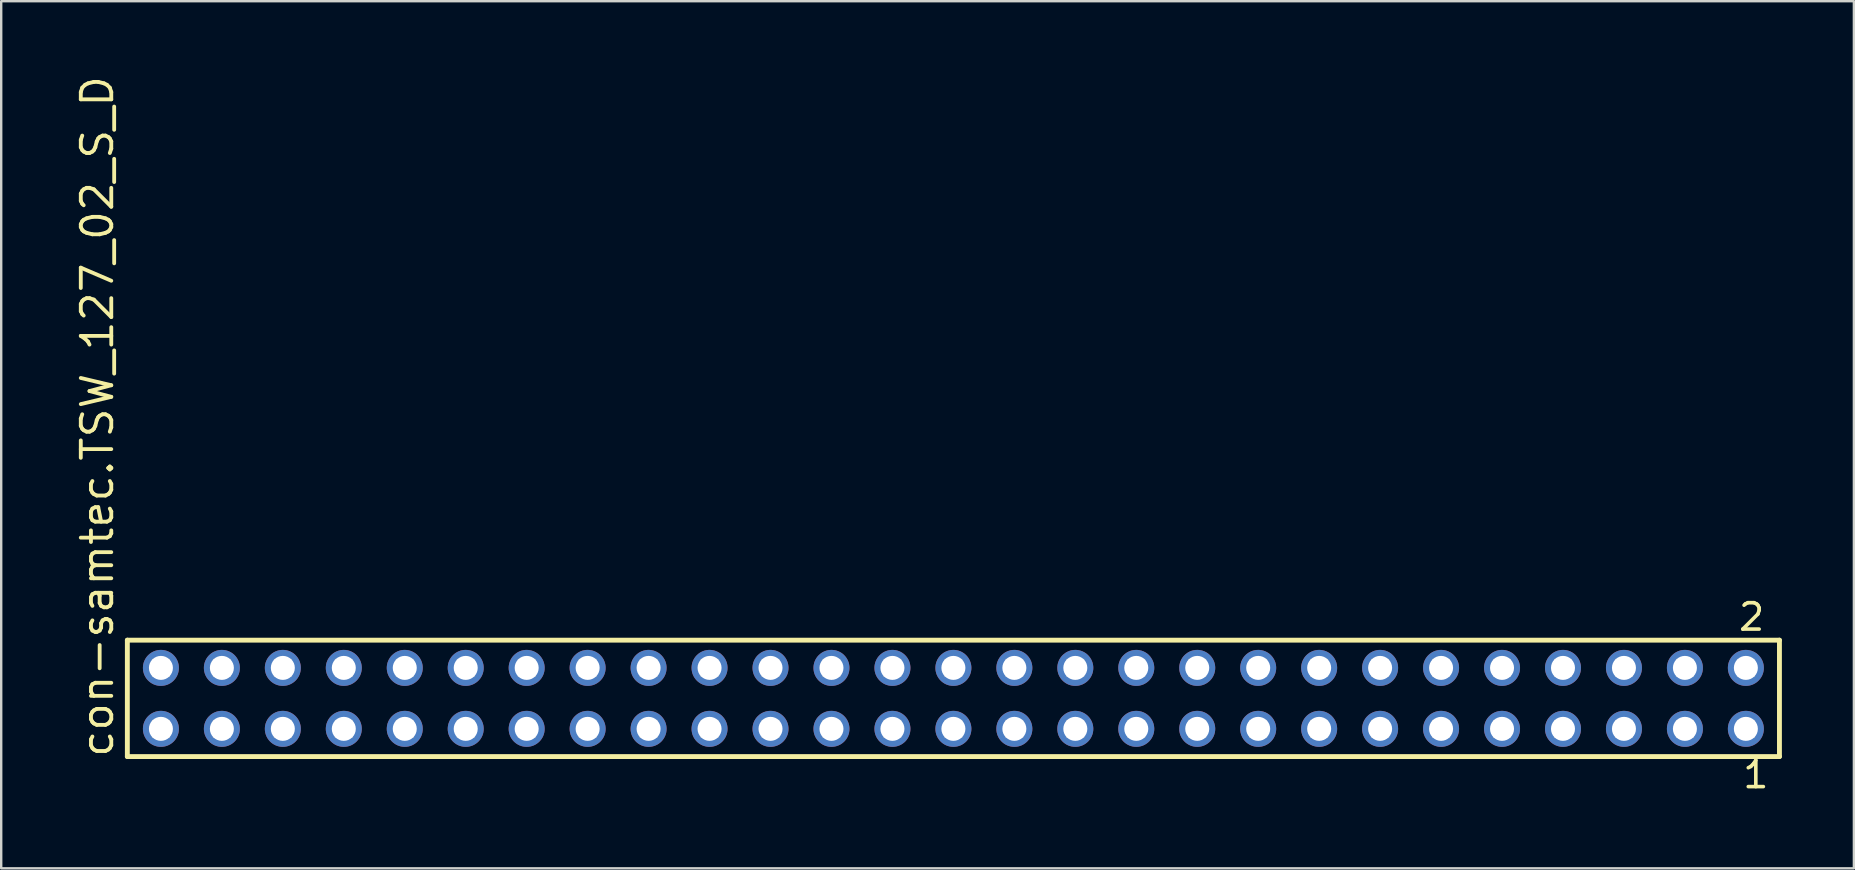
<source format=kicad_pcb>
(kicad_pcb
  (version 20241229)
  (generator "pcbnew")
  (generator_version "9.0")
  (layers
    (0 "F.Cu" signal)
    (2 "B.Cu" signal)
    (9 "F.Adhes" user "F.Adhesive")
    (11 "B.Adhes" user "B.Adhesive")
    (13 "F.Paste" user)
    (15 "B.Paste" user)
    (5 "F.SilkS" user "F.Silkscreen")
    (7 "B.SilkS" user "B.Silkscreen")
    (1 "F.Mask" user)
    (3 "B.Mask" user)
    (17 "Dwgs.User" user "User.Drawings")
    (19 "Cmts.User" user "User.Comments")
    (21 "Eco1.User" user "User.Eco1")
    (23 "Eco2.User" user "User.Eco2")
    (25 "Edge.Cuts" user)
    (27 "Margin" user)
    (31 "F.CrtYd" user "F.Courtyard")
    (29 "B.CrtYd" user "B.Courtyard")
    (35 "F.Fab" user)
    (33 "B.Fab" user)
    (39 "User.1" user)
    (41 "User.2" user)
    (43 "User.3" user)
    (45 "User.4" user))
  (footprint "con-samtec.TSW_127_02_S_D"
    (layer "F.Cu")
    (at 36.675 26.049)
    (property "Reference" "con-samtec.TSW_127_02_S_D" (at -34.925 2.54 90) (layer "F.SilkS") (effects (font (size 1.27 1.27) (thickness 0.16)) (justify left bottom)))
    (attr through_hole)
    (fp_line (start -34.419 -2.425) (end 34.419 -2.425) (stroke (width 0.203) (type default)) (layer "F.SilkS"))
    (fp_line (start -34.419 2.425) (end -34.419 -2.425) (stroke (width 0.203) (type default)) (layer "F.SilkS"))
    (fp_line (start 34.419 -2.425) (end 34.419 2.425) (stroke (width 0.203) (type default)) (layer "F.SilkS"))
    (fp_line (start 34.419 2.425) (end -34.419 2.425) (stroke (width 0.203) (type default)) (layer "F.SilkS"))
    (fp_rect (start -33.37 -0.92) (end -32.67 -1.62) (stroke (width 0.05) (type default)) (fill no) (layer "F.Fab"))
    (fp_rect (start -33.37 1.62) (end -32.67 0.92) (stroke (width 0.05) (type default)) (fill no) (layer "F.Fab"))
    (fp_rect (start -30.83 -0.92) (end -30.13 -1.62) (stroke (width 0.05) (type default)) (fill no) (layer "F.Fab"))
    (fp_rect (start -30.83 1.62) (end -30.13 0.92) (stroke (width 0.05) (type default)) (fill no) (layer "F.Fab"))
    (fp_rect (start -28.29 -0.92) (end -27.59 -1.62) (stroke (width 0.05) (type default)) (fill no) (layer "F.Fab"))
    (fp_rect (start -28.29 1.62) (end -27.59 0.92) (stroke (width 0.05) (type default)) (fill no) (layer "F.Fab"))
    (fp_rect (start -25.75 -0.92) (end -25.05 -1.62) (stroke (width 0.05) (type default)) (fill no) (layer "F.Fab"))
    (fp_rect (start -25.75 1.62) (end -25.05 0.92) (stroke (width 0.05) (type default)) (fill no) (layer "F.Fab"))
    (fp_rect (start -23.21 -0.92) (end -22.51 -1.62) (stroke (width 0.05) (type default)) (fill no) (layer "F.Fab"))
    (fp_rect (start -23.21 1.62) (end -22.51 0.92) (stroke (width 0.05) (type default)) (fill no) (layer "F.Fab"))
    (fp_rect (start -20.67 -0.92) (end -19.97 -1.62) (stroke (width 0.05) (type default)) (fill no) (layer "F.Fab"))
    (fp_rect (start -20.67 1.62) (end -19.97 0.92) (stroke (width 0.05) (type default)) (fill no) (layer "F.Fab"))
    (fp_rect (start -18.13 -0.92) (end -17.43 -1.62) (stroke (width 0.05) (type default)) (fill no) (layer "F.Fab"))
    (fp_rect (start -18.13 1.62) (end -17.43 0.92) (stroke (width 0.05) (type default)) (fill no) (layer "F.Fab"))
    (fp_rect (start -15.59 -0.92) (end -14.89 -1.62) (stroke (width 0.05) (type default)) (fill no) (layer "F.Fab"))
    (fp_rect (start -15.59 1.62) (end -14.89 0.92) (stroke (width 0.05) (type default)) (fill no) (layer "F.Fab"))
    (fp_rect (start -13.05 -0.92) (end -12.35 -1.62) (stroke (width 0.05) (type default)) (fill no) (layer "F.Fab"))
    (fp_rect (start -13.05 1.62) (end -12.35 0.92) (stroke (width 0.05) (type default)) (fill no) (layer "F.Fab"))
    (fp_rect (start -10.51 -0.92) (end -9.81 -1.62) (stroke (width 0.05) (type default)) (fill no) (layer "F.Fab"))
    (fp_rect (start -10.51 1.62) (end -9.81 0.92) (stroke (width 0.05) (type default)) (fill no) (layer "F.Fab"))
    (fp_rect (start -7.97 -0.92) (end -7.27 -1.62) (stroke (width 0.05) (type default)) (fill no) (layer "F.Fab"))
    (fp_rect (start -7.97 1.62) (end -7.27 0.92) (stroke (width 0.05) (type default)) (fill no) (layer "F.Fab"))
    (fp_rect (start -5.43 -0.92) (end -4.73 -1.62) (stroke (width 0.05) (type default)) (fill no) (layer "F.Fab"))
    (fp_rect (start -5.43 1.62) (end -4.73 0.92) (stroke (width 0.05) (type default)) (fill no) (layer "F.Fab"))
    (fp_rect (start -2.89 -0.92) (end -2.19 -1.62) (stroke (width 0.05) (type default)) (fill no) (layer "F.Fab"))
    (fp_rect (start -2.89 1.62) (end -2.19 0.92) (stroke (width 0.05) (type default)) (fill no) (layer "F.Fab"))
    (fp_rect (start -0.35 -0.92) (end 0.35 -1.62) (stroke (width 0.05) (type default)) (fill no) (layer "F.Fab"))
    (fp_rect (start -0.35 1.62) (end 0.35 0.92) (stroke (width 0.05) (type default)) (fill no) (layer "F.Fab"))
    (fp_rect (start 2.19 -0.92) (end 2.89 -1.62) (stroke (width 0.05) (type default)) (fill no) (layer "F.Fab"))
    (fp_rect (start 2.19 1.62) (end 2.89 0.92) (stroke (width 0.05) (type default)) (fill no) (layer "F.Fab"))
    (fp_rect (start 4.73 -0.92) (end 5.43 -1.62) (stroke (width 0.05) (type default)) (fill no) (layer "F.Fab"))
    (fp_rect (start 4.73 1.62) (end 5.43 0.92) (stroke (width 0.05) (type default)) (fill no) (layer "F.Fab"))
    (fp_rect (start 7.27 -0.92) (end 7.97 -1.62) (stroke (width 0.05) (type default)) (fill no) (layer "F.Fab"))
    (fp_rect (start 7.27 1.62) (end 7.97 0.92) (stroke (width 0.05) (type default)) (fill no) (layer "F.Fab"))
    (fp_rect (start 9.81 -0.92) (end 10.51 -1.62) (stroke (width 0.05) (type default)) (fill no) (layer "F.Fab"))
    (fp_rect (start 9.81 1.62) (end 10.51 0.92) (stroke (width 0.05) (type default)) (fill no) (layer "F.Fab"))
    (fp_rect (start 12.35 -0.92) (end 13.05 -1.62) (stroke (width 0.05) (type default)) (fill no) (layer "F.Fab"))
    (fp_rect (start 12.35 1.62) (end 13.05 0.92) (stroke (width 0.05) (type default)) (fill no) (layer "F.Fab"))
    (fp_rect (start 14.89 -0.92) (end 15.59 -1.62) (stroke (width 0.05) (type default)) (fill no) (layer "F.Fab"))
    (fp_rect (start 14.89 1.62) (end 15.59 0.92) (stroke (width 0.05) (type default)) (fill no) (layer "F.Fab"))
    (fp_rect (start 17.43 -0.92) (end 18.13 -1.62) (stroke (width 0.05) (type default)) (fill no) (layer "F.Fab"))
    (fp_rect (start 17.43 1.62) (end 18.13 0.92) (stroke (width 0.05) (type default)) (fill no) (layer "F.Fab"))
    (fp_rect (start 19.97 -0.92) (end 20.67 -1.62) (stroke (width 0.05) (type default)) (fill no) (layer "F.Fab"))
    (fp_rect (start 19.97 1.62) (end 20.67 0.92) (stroke (width 0.05) (type default)) (fill no) (layer "F.Fab"))
    (fp_rect (start 22.51 -0.92) (end 23.21 -1.62) (stroke (width 0.05) (type default)) (fill no) (layer "F.Fab"))
    (fp_rect (start 22.51 1.62) (end 23.21 0.92) (stroke (width 0.05) (type default)) (fill no) (layer "F.Fab"))
    (fp_rect (start 25.05 -0.92) (end 25.75 -1.62) (stroke (width 0.05) (type default)) (fill no) (layer "F.Fab"))
    (fp_rect (start 25.05 1.62) (end 25.75 0.92) (stroke (width 0.05) (type default)) (fill no) (layer "F.Fab"))
    (fp_rect (start 27.59 -0.92) (end 28.29 -1.62) (stroke (width 0.05) (type default)) (fill no) (layer "F.Fab"))
    (fp_rect (start 27.59 1.62) (end 28.29 0.92) (stroke (width 0.05) (type default)) (fill no) (layer "F.Fab"))
    (fp_rect (start 30.13 -0.92) (end 30.83 -1.62) (stroke (width 0.05) (type default)) (fill no) (layer "F.Fab"))
    (fp_rect (start 30.13 1.62) (end 30.83 0.92) (stroke (width 0.05) (type default)) (fill no) (layer "F.Fab"))
    (fp_rect (start 32.67 -0.92) (end 33.37 -1.62) (stroke (width 0.05) (type default)) (fill no) (layer "F.Fab"))
    (fp_rect (start 32.67 1.62) (end 33.37 0.92) (stroke (width 0.05) (type default)) (fill no) (layer "F.Fab"))
    (fp_text user "1" (at 32.812 3.818 0) (layer "F.SilkS") (effects (font (size 1.1 1.1) (thickness 0.15)) (justify left bottom)))
    (fp_text user "2" (at 32.637 -2.744 0) (layer "F.SilkS") (effects (font (size 1.1 1.1) (thickness 0.15)) (justify left bottom)))
    (pad "1" thru_hole circle (at 33.02 1.27 180) (size 1.5 1.5) (drill 1) (layers "*.Cu" "*.Mask"))
    (pad "2" thru_hole circle (at 33.02 -1.27 180) (size 1.5 1.5) (drill 1) (layers "*.Cu" "*.Mask"))
    (pad "3" thru_hole circle (at 30.48 1.27 180) (size 1.5 1.5) (drill 1) (layers "*.Cu" "*.Mask"))
    (pad "4" thru_hole circle (at 30.48 -1.27 180) (size 1.5 1.5) (drill 1) (layers "*.Cu" "*.Mask"))
    (pad "5" thru_hole circle (at 27.94 1.27 180) (size 1.5 1.5) (drill 1) (layers "*.Cu" "*.Mask"))
    (pad "6" thru_hole circle (at 27.94 -1.27 180) (size 1.5 1.5) (drill 1) (layers "*.Cu" "*.Mask"))
    (pad "7" thru_hole circle (at 25.4 1.27 180) (size 1.5 1.5) (drill 1) (layers "*.Cu" "*.Mask"))
    (pad "8" thru_hole circle (at 25.4 -1.27 180) (size 1.5 1.5) (drill 1) (layers "*.Cu" "*.Mask"))
    (pad "9" thru_hole circle (at 22.86 1.27 180) (size 1.5 1.5) (drill 1) (layers "*.Cu" "*.Mask"))
    (pad "10" thru_hole circle (at 22.86 -1.27 180) (size 1.5 1.5) (drill 1) (layers "*.Cu" "*.Mask"))
    (pad "11" thru_hole circle (at 20.32 1.27 180) (size 1.5 1.5) (drill 1) (layers "*.Cu" "*.Mask"))
    (pad "12" thru_hole circle (at 20.32 -1.27 180) (size 1.5 1.5) (drill 1) (layers "*.Cu" "*.Mask"))
    (pad "13" thru_hole circle (at 17.78 1.27 180) (size 1.5 1.5) (drill 1) (layers "*.Cu" "*.Mask"))
    (pad "14" thru_hole circle (at 17.78 -1.27 180) (size 1.5 1.5) (drill 1) (layers "*.Cu" "*.Mask"))
    (pad "15" thru_hole circle (at 15.24 1.27 180) (size 1.5 1.5) (drill 1) (layers "*.Cu" "*.Mask"))
    (pad "16" thru_hole circle (at 15.24 -1.27 180) (size 1.5 1.5) (drill 1) (layers "*.Cu" "*.Mask"))
    (pad "17" thru_hole circle (at 12.7 1.27 180) (size 1.5 1.5) (drill 1) (layers "*.Cu" "*.Mask"))
    (pad "18" thru_hole circle (at 12.7 -1.27 180) (size 1.5 1.5) (drill 1) (layers "*.Cu" "*.Mask"))
    (pad "19" thru_hole circle (at 10.16 1.27 180) (size 1.5 1.5) (drill 1) (layers "*.Cu" "*.Mask"))
    (pad "20" thru_hole circle (at 10.16 -1.27 180) (size 1.5 1.5) (drill 1) (layers "*.Cu" "*.Mask"))
    (pad "21" thru_hole circle (at 7.62 1.27 180) (size 1.5 1.5) (drill 1) (layers "*.Cu" "*.Mask"))
    (pad "22" thru_hole circle (at 7.62 -1.27 180) (size 1.5 1.5) (drill 1) (layers "*.Cu" "*.Mask"))
    (pad "23" thru_hole circle (at 5.08 1.27 180) (size 1.5 1.5) (drill 1) (layers "*.Cu" "*.Mask"))
    (pad "24" thru_hole circle (at 5.08 -1.27 180) (size 1.5 1.5) (drill 1) (layers "*.Cu" "*.Mask"))
    (pad "25" thru_hole circle (at 2.54 1.27 180) (size 1.5 1.5) (drill 1) (layers "*.Cu" "*.Mask"))
    (pad "26" thru_hole circle (at 2.54 -1.27 180) (size 1.5 1.5) (drill 1) (layers "*.Cu" "*.Mask"))
    (pad "27" thru_hole circle (at 0 1.27 180) (size 1.5 1.5) (drill 1) (layers "*.Cu" "*.Mask"))
    (pad "28" thru_hole circle (at 0 -1.27 180) (size 1.5 1.5) (drill 1) (layers "*.Cu" "*.Mask"))
    (pad "29" thru_hole circle (at -2.54 1.27 180) (size 1.5 1.5) (drill 1) (layers "*.Cu" "*.Mask"))
    (pad "30" thru_hole circle (at -2.54 -1.27 180) (size 1.5 1.5) (drill 1) (layers "*.Cu" "*.Mask"))
    (pad "31" thru_hole circle (at -5.08 1.27 180) (size 1.5 1.5) (drill 1) (layers "*.Cu" "*.Mask"))
    (pad "32" thru_hole circle (at -5.08 -1.27 180) (size 1.5 1.5) (drill 1) (layers "*.Cu" "*.Mask"))
    (pad "33" thru_hole circle (at -7.62 1.27 180) (size 1.5 1.5) (drill 1) (layers "*.Cu" "*.Mask"))
    (pad "34" thru_hole circle (at -7.62 -1.27 180) (size 1.5 1.5) (drill 1) (layers "*.Cu" "*.Mask"))
    (pad "35" thru_hole circle (at -10.16 1.27 180) (size 1.5 1.5) (drill 1) (layers "*.Cu" "*.Mask"))
    (pad "36" thru_hole circle (at -10.16 -1.27 180) (size 1.5 1.5) (drill 1) (layers "*.Cu" "*.Mask"))
    (pad "37" thru_hole circle (at -12.7 1.27 180) (size 1.5 1.5) (drill 1) (layers "*.Cu" "*.Mask"))
    (pad "38" thru_hole circle (at -12.7 -1.27 180) (size 1.5 1.5) (drill 1) (layers "*.Cu" "*.Mask"))
    (pad "39" thru_hole circle (at -15.24 1.27 180) (size 1.5 1.5) (drill 1) (layers "*.Cu" "*.Mask"))
    (pad "40" thru_hole circle (at -15.24 -1.27 180) (size 1.5 1.5) (drill 1) (layers "*.Cu" "*.Mask"))
    (pad "41" thru_hole circle (at -17.78 1.27 180) (size 1.5 1.5) (drill 1) (layers "*.Cu" "*.Mask"))
    (pad "42" thru_hole circle (at -17.78 -1.27 180) (size 1.5 1.5) (drill 1) (layers "*.Cu" "*.Mask"))
    (pad "43" thru_hole circle (at -20.32 1.27 180) (size 1.5 1.5) (drill 1) (layers "*.Cu" "*.Mask"))
    (pad "44" thru_hole circle (at -20.32 -1.27 180) (size 1.5 1.5) (drill 1) (layers "*.Cu" "*.Mask"))
    (pad "45" thru_hole circle (at -22.86 1.27 180) (size 1.5 1.5) (drill 1) (layers "*.Cu" "*.Mask"))
    (pad "46" thru_hole circle (at -22.86 -1.27 180) (size 1.5 1.5) (drill 1) (layers "*.Cu" "*.Mask"))
    (pad "47" thru_hole circle (at -25.4 1.27 180) (size 1.5 1.5) (drill 1) (layers "*.Cu" "*.Mask"))
    (pad "48" thru_hole circle (at -25.4 -1.27 180) (size 1.5 1.5) (drill 1) (layers "*.Cu" "*.Mask"))
    (pad "49" thru_hole circle (at -27.94 1.27 180) (size 1.5 1.5) (drill 1) (layers "*.Cu" "*.Mask"))
    (pad "50" thru_hole circle (at -27.94 -1.27 180) (size 1.5 1.5) (drill 1) (layers "*.Cu" "*.Mask"))
    (pad "51" thru_hole circle (at -30.48 1.27 180) (size 1.5 1.5) (drill 1) (layers "*.Cu" "*.Mask"))
    (pad "52" thru_hole circle (at -30.48 -1.27 180) (size 1.5 1.5) (drill 1) (layers "*.Cu" "*.Mask"))
    (pad "53" thru_hole circle (at -33.02 1.27 180) (size 1.5 1.5) (drill 1) (layers "*.Cu" "*.Mask"))
    (pad "54" thru_hole circle (at -33.02 -1.27 180) (size 1.5 1.5) (drill 1) (layers "*.Cu" "*.Mask")))
  (gr_rect
    (start -3 -3)
    (end 74.196 33.131)
    (stroke (width 0.1) (type default))
    (fill no)
    (layer "Edge.Cuts")))
</source>
